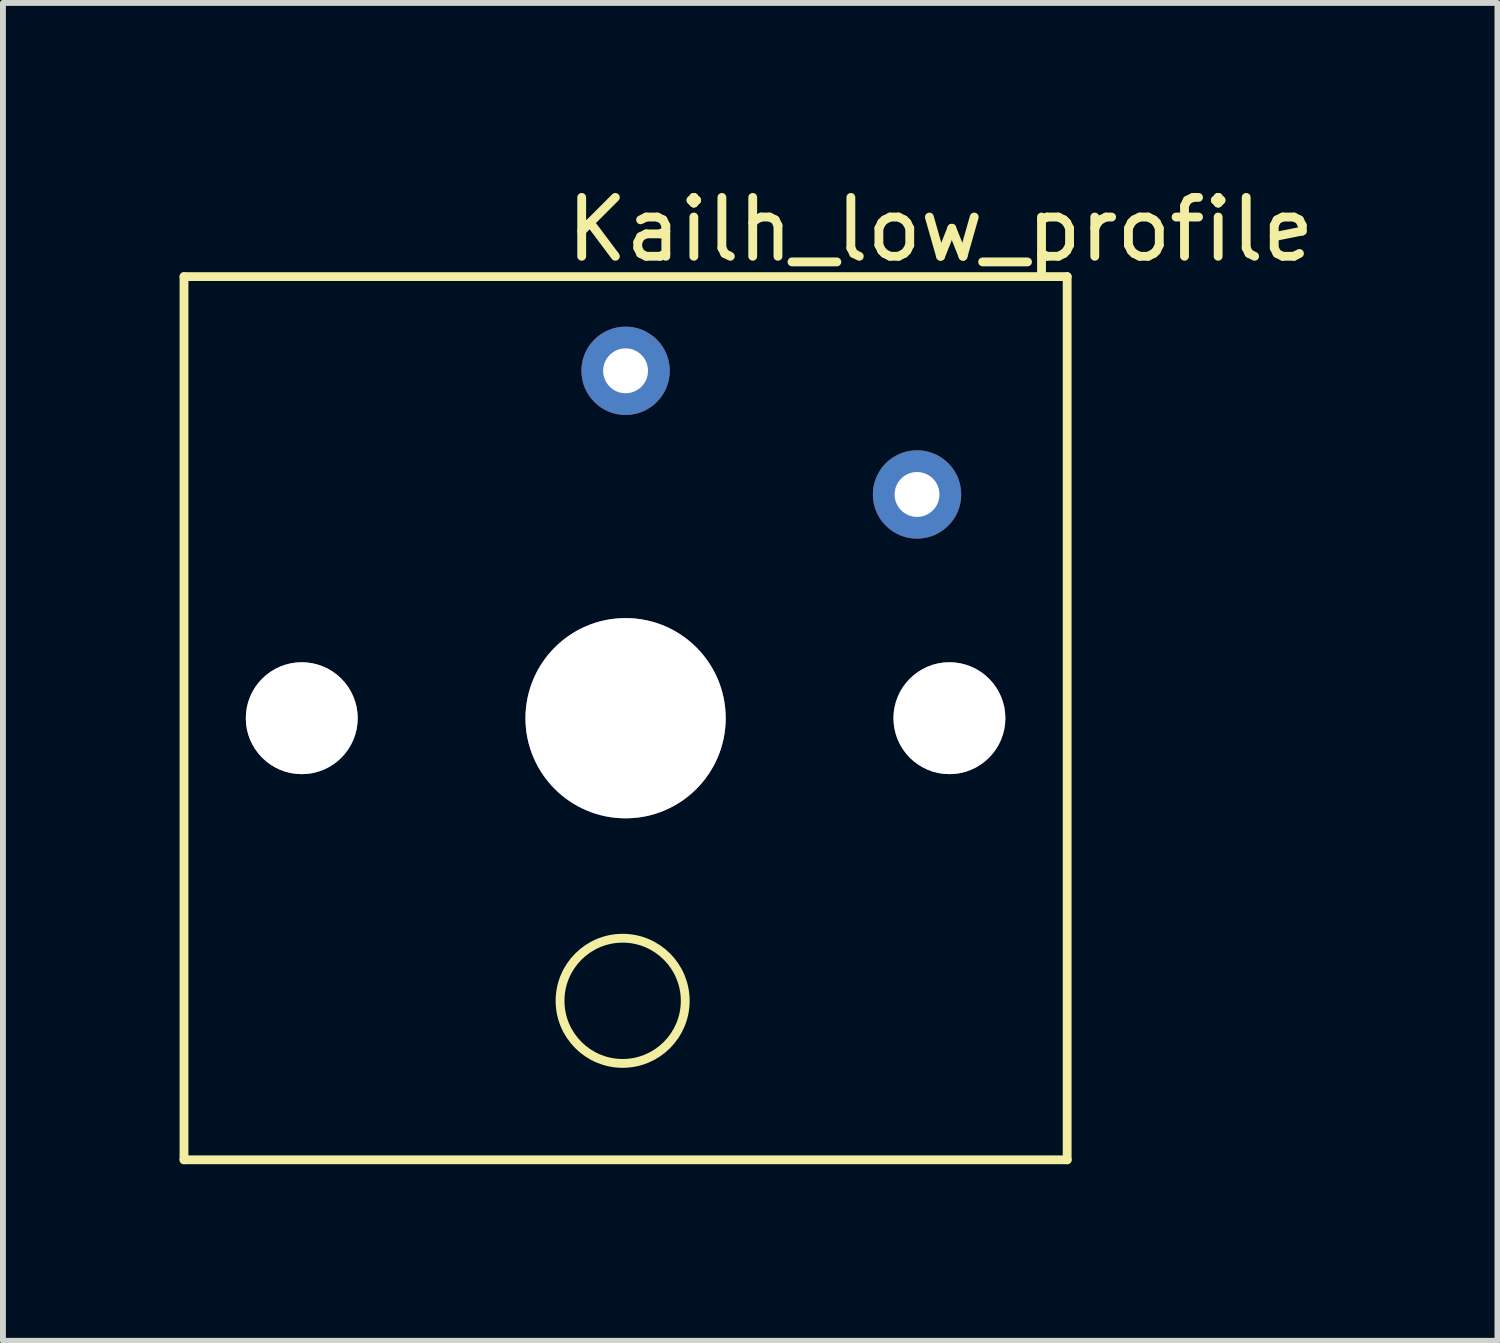
<source format=kicad_pcb>
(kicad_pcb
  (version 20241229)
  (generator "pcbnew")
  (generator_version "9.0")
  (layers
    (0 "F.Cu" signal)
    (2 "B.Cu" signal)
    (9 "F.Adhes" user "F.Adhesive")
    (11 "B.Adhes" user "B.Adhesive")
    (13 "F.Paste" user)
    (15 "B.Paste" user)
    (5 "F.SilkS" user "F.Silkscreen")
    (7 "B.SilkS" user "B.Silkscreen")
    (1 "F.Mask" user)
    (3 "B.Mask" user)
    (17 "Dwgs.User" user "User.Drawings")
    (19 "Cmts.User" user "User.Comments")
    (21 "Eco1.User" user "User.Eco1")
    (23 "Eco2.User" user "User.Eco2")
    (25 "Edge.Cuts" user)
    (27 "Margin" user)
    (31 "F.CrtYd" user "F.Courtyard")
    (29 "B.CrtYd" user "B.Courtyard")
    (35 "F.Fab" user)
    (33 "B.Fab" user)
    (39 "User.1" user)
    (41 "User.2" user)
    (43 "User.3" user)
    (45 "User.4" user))
  (footprint "Kailh_low_profile"
    (layer "F.Cu")
    (at 7.575 9.148)
    (property "Reference" "Kailh_low_profile" (at 5.35 -8.3 0) (layer "F.SilkS") (effects (font (size 1 1) (thickness 0.15))))
    (attr through_hole)
    (fp_line (start -7.5 -7.5) (end 7.5 -7.5) (stroke (width 0.15) (type solid)) (layer "F.SilkS"))
    (fp_line (start -7.5 7.5) (end -7.5 -7.5) (stroke (width 0.15) (type solid)) (layer "F.SilkS"))
    (fp_line (start 7.5 -7.5) (end 7.5 7.5) (stroke (width 0.15) (type solid)) (layer "F.SilkS"))
    (fp_line (start 7.5 7.5) (end -7.5 7.5) (stroke (width 0.15) (type solid)) (layer "F.SilkS"))
    (fp_circle (center -0.05 4.8) (end 0.65 5.6) (stroke (width 0.15) (type solid)) (fill no) (layer "F.SilkS"))
    (pad "" thru_hole circle (at -5.5 0) (size 1.9 1.9) (drill 1.9) (layers "*.Cu" "*.Mask"))
    (pad "" thru_hole circle (at 0 0) (size 3.4 3.4) (drill 3.4) (layers "*.Cu" "*.Mask"))
    (pad "" thru_hole circle (at 5.5 0) (size 1.9 1.9) (drill 1.9) (layers "*.Cu" "*.Mask"))
    (pad "1" thru_hole circle (at 4.95 -3.8) (size 1.5 1.5) (drill 0.762) (layers "*.Cu" "*.Mask"))
    (pad "2" thru_hole circle (at 0 -5.9) (size 1.5 1.5) (drill 0.762) (layers "*.Cu" "*.Mask")))
  (gr_rect
    (start -3 -3)
    (end 22.383 19.723)
    (stroke (width 0.1) (type default))
    (fill no)
    (layer "Edge.Cuts")))
</source>
